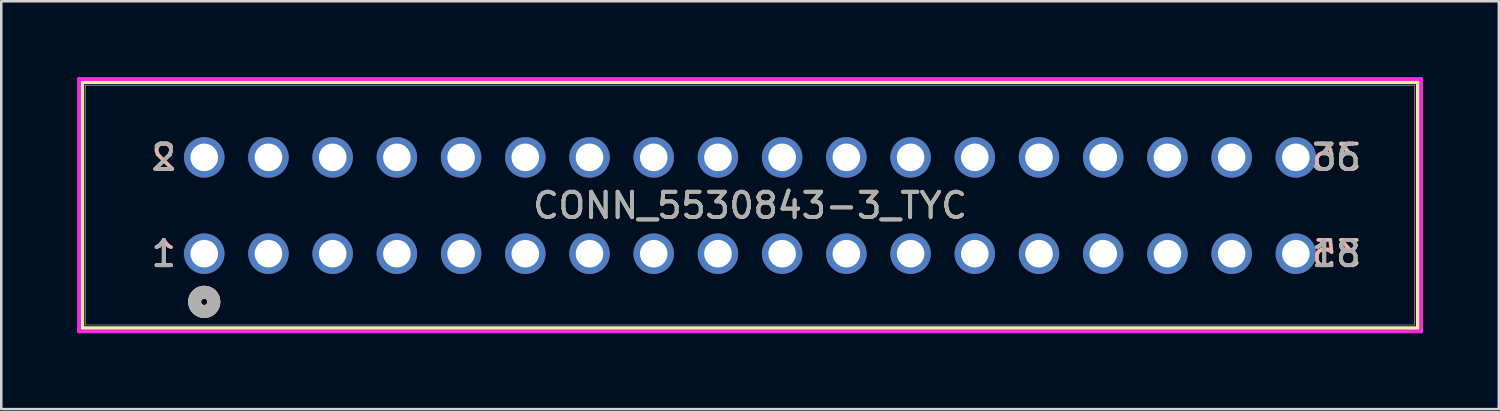
<source format=kicad_pcb>
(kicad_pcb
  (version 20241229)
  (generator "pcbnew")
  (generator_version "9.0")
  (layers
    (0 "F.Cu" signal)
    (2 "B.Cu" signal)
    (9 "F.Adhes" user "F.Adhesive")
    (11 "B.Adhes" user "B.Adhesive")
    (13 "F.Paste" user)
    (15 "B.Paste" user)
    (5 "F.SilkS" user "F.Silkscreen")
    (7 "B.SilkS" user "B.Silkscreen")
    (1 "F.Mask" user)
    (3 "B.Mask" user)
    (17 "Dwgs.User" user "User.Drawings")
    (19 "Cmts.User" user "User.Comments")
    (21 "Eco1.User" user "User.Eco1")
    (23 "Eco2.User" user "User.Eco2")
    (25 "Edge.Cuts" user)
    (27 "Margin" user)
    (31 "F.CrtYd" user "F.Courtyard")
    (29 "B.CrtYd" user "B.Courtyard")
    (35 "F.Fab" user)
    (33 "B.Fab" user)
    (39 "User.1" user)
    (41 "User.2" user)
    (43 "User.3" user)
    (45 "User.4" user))
  (footprint "CONN_5530843-3_TYC"
    (layer "F.Cu")
    (at 5.029 6.985)
    (property "Reference" "CONN_5530843-3_TYC" (at 21.59 -1.905 0) (unlocked yes) (layer "F.SilkS") (effects (font (size 1 1) (thickness 0.15))))
    (attr through_hole)
    (fp_line (start -4.826 -6.782) (end -4.826 2.946) (stroke (width 0.152) (type solid)) (layer "F.SilkS"))
    (fp_line (start -4.826 2.946) (end 48.006 2.946) (stroke (width 0.152) (type solid)) (layer "F.SilkS"))
    (fp_line (start 48.006 -6.782) (end -4.826 -6.782) (stroke (width 0.152) (type solid)) (layer "F.SilkS"))
    (fp_line (start 48.006 2.946) (end 48.006 -6.782) (stroke (width 0.152) (type solid)) (layer "F.SilkS"))
    (fp_circle (center 0 1.905) (end 0.381 1.905) (stroke (width 0.508) (type solid)) (fill no) (layer "F.SilkS"))
    (fp_circle (center 0 1.905) (end 0.381 1.905) (stroke (width 0.508) (type solid)) (fill no) (layer "B.SilkS"))
    (fp_line (start -4.953 -6.909) (end -4.953 3.073) (stroke (width 0.152) (type solid)) (layer "F.CrtYd"))
    (fp_line (start -4.953 3.073) (end 48.133 3.073) (stroke (width 0.152) (type solid)) (layer "F.CrtYd"))
    (fp_line (start 48.133 -6.909) (end -4.953 -6.909) (stroke (width 0.152) (type solid)) (layer "F.CrtYd"))
    (fp_line (start 48.133 3.073) (end 48.133 -6.909) (stroke (width 0.152) (type solid)) (layer "F.CrtYd"))
    (fp_line (start -4.699 -6.655) (end -4.699 2.819) (stroke (width 0.025) (type solid)) (layer "F.Fab"))
    (fp_line (start -4.699 2.819) (end 47.879 2.819) (stroke (width 0.025) (type solid)) (layer "F.Fab"))
    (fp_line (start 47.879 -6.655) (end -4.699 -6.655) (stroke (width 0.025) (type solid)) (layer "F.Fab"))
    (fp_line (start 47.879 2.819) (end 47.879 -6.655) (stroke (width 0.025) (type solid)) (layer "F.Fab"))
    (fp_circle (center 0 1.905) (end 0.381 1.905) (stroke (width 0.508) (type solid)) (fill no) (layer "F.Fab"))
    (fp_text user "18" (at 44.78 0 0) (unlocked yes) (layer "F.SilkS") (effects (font (size 1 1) (thickness 0.15))))
    (fp_text user "2" (at -1.6 -3.81 0) (unlocked yes) (layer "F.SilkS") (effects (font (size 1 1) (thickness 0.15))))
    (fp_text user "1" (at -1.6 0 0) (unlocked yes) (layer "F.SilkS") (effects (font (size 1 1) (thickness 0.15))))
    (fp_text user "36" (at 44.78 -3.81 0) (unlocked yes) (layer "F.SilkS") (effects (font (size 1 1) (thickness 0.15))))
    (fp_text user "35" (at 44.78 0 0) (unlocked yes) (layer "B.SilkS") (effects (font (size 1 1) (thickness 0.15)) (justify mirror)))
    (fp_text user "1" (at -1.6 0 0) (unlocked yes) (layer "B.SilkS") (effects (font (size 1 1) (thickness 0.15)) (justify mirror)))
    (fp_text user "2" (at -1.6 -3.81 0) (unlocked yes) (layer "B.SilkS") (effects (font (size 1 1) (thickness 0.15)) (justify mirror)))
    (fp_text user "36" (at 44.78 -3.81 0) (unlocked yes) (layer "B.SilkS") (effects (font (size 1 1) (thickness 0.15)) (justify mirror)))
    (fp_text user "${REFERENCE}" (at 21.59 -1.905 0) (unlocked yes) (layer "F.Fab") (effects (font (size 1 1) (thickness 0.15))))
    (fp_text user "1" (at -1.6 0 0) (unlocked yes) (layer "F.Fab") (effects (font (size 1 1) (thickness 0.15))))
    (fp_text user "18" (at 44.78 0 0) (unlocked yes) (layer "F.Fab") (effects (font (size 1 1) (thickness 0.15))))
    (fp_text user "36" (at 44.78 -3.81 0) (unlocked yes) (layer "F.Fab") (effects (font (size 1 1) (thickness 0.15))))
    (fp_text user "2" (at -1.6 -3.81 0) (unlocked yes) (layer "F.Fab") (effects (font (size 1 1) (thickness 0.15))))
    (pad "1" thru_hole circle (at 0 0) (size 1.6 1.6) (drill 1.092) (layers "*.Cu" "*.Mask"))
    (pad "2" thru_hole circle (at 0 -3.81) (size 1.6 1.6) (drill 1.092) (layers "*.Cu" "*.Mask"))
    (pad "3" thru_hole circle (at 2.54 0) (size 1.6 1.6) (drill 1.092) (layers "*.Cu" "*.Mask"))
    (pad "4" thru_hole circle (at 2.54 -3.81) (size 1.6 1.6) (drill 1.092) (layers "*.Cu" "*.Mask"))
    (pad "5" thru_hole circle (at 5.08 0) (size 1.6 1.6) (drill 1.092) (layers "*.Cu" "*.Mask"))
    (pad "6" thru_hole circle (at 5.08 -3.81) (size 1.6 1.6) (drill 1.092) (layers "*.Cu" "*.Mask"))
    (pad "7" thru_hole circle (at 7.62 0) (size 1.6 1.6) (drill 1.092) (layers "*.Cu" "*.Mask"))
    (pad "8" thru_hole circle (at 7.62 -3.81) (size 1.6 1.6) (drill 1.092) (layers "*.Cu" "*.Mask"))
    (pad "9" thru_hole circle (at 10.16 0) (size 1.6 1.6) (drill 1.092) (layers "*.Cu" "*.Mask"))
    (pad "10" thru_hole circle (at 10.16 -3.81) (size 1.6 1.6) (drill 1.092) (layers "*.Cu" "*.Mask"))
    (pad "11" thru_hole circle (at 12.7 0) (size 1.6 1.6) (drill 1.092) (layers "*.Cu" "*.Mask"))
    (pad "12" thru_hole circle (at 12.7 -3.81) (size 1.6 1.6) (drill 1.092) (layers "*.Cu" "*.Mask"))
    (pad "13" thru_hole circle (at 15.24 0) (size 1.6 1.6) (drill 1.092) (layers "*.Cu" "*.Mask"))
    (pad "14" thru_hole circle (at 15.24 -3.81) (size 1.6 1.6) (drill 1.092) (layers "*.Cu" "*.Mask"))
    (pad "15" thru_hole circle (at 17.78 0 90) (size 1.6 1.6) (drill 1.092) (layers "*.Cu" "*.Mask"))
    (pad "16" thru_hole circle (at 17.78 -3.81) (size 1.6 1.6) (drill 1.092) (layers "*.Cu" "*.Mask"))
    (pad "17" thru_hole circle (at 20.32 0) (size 1.6 1.6) (drill 1.092) (layers "*.Cu" "*.Mask"))
    (pad "18" thru_hole circle (at 20.32 -3.81) (size 1.6 1.6) (drill 1.092) (layers "*.Cu" "*.Mask"))
    (pad "19" thru_hole circle (at 22.86 0) (size 1.6 1.6) (drill 1.092) (layers "*.Cu" "*.Mask"))
    (pad "20" thru_hole circle (at 22.86 -3.81) (size 1.6 1.6) (drill 1.092) (layers "*.Cu" "*.Mask"))
    (pad "21" thru_hole circle (at 25.4 0) (size 1.6 1.6) (drill 1.092) (layers "*.Cu" "*.Mask"))
    (pad "22" thru_hole circle (at 25.4 -3.81) (size 1.6 1.6) (drill 1.092) (layers "*.Cu" "*.Mask"))
    (pad "23" thru_hole circle (at 27.94 0) (size 1.6 1.6) (drill 1.092) (layers "*.Cu" "*.Mask"))
    (pad "24" thru_hole circle (at 27.94 -3.81) (size 1.6 1.6) (drill 1.092) (layers "*.Cu" "*.Mask"))
    (pad "25" thru_hole circle (at 30.48 0) (size 1.6 1.6) (drill 1.092) (layers "*.Cu" "*.Mask"))
    (pad "26" thru_hole circle (at 30.48 -3.81) (size 1.6 1.6) (drill 1.092) (layers "*.Cu" "*.Mask"))
    (pad "27" thru_hole circle (at 33.02 0) (size 1.6 1.6) (drill 1.092) (layers "*.Cu" "*.Mask"))
    (pad "28" thru_hole circle (at 33.02 -3.81) (size 1.6 1.6) (drill 1.092) (layers "*.Cu" "*.Mask"))
    (pad "29" thru_hole circle (at 35.56 0) (size 1.6 1.6) (drill 1.092) (layers "*.Cu" "*.Mask"))
    (pad "30" thru_hole circle (at 35.56 -3.81) (size 1.6 1.6) (drill 1.092) (layers "*.Cu" "*.Mask"))
    (pad "31" thru_hole circle (at 38.1 0) (size 1.6 1.6) (drill 1.092) (layers "*.Cu" "*.Mask"))
    (pad "32" thru_hole circle (at 38.1 -3.81) (size 1.6 1.6) (drill 1.092) (layers "*.Cu" "*.Mask"))
    (pad "33" thru_hole circle (at 40.64 0) (size 1.6 1.6) (drill 1.092) (layers "*.Cu" "*.Mask"))
    (pad "34" thru_hole circle (at 40.64 -3.81) (size 1.6 1.6) (drill 1.092) (layers "*.Cu" "*.Mask"))
    (pad "35" thru_hole circle (at 43.18 0) (size 1.6 1.6) (drill 1.092) (layers "*.Cu" "*.Mask"))
    (pad "36" thru_hole circle (at 43.18 -3.81) (size 1.6 1.6) (drill 1.092) (layers "*.Cu" "*.Mask")))
  (gr_rect
    (start -3 -3)
    (end 56.238 13.135)
    (stroke (width 0.1) (type default))
    (fill no)
    (layer "Edge.Cuts")))
</source>
